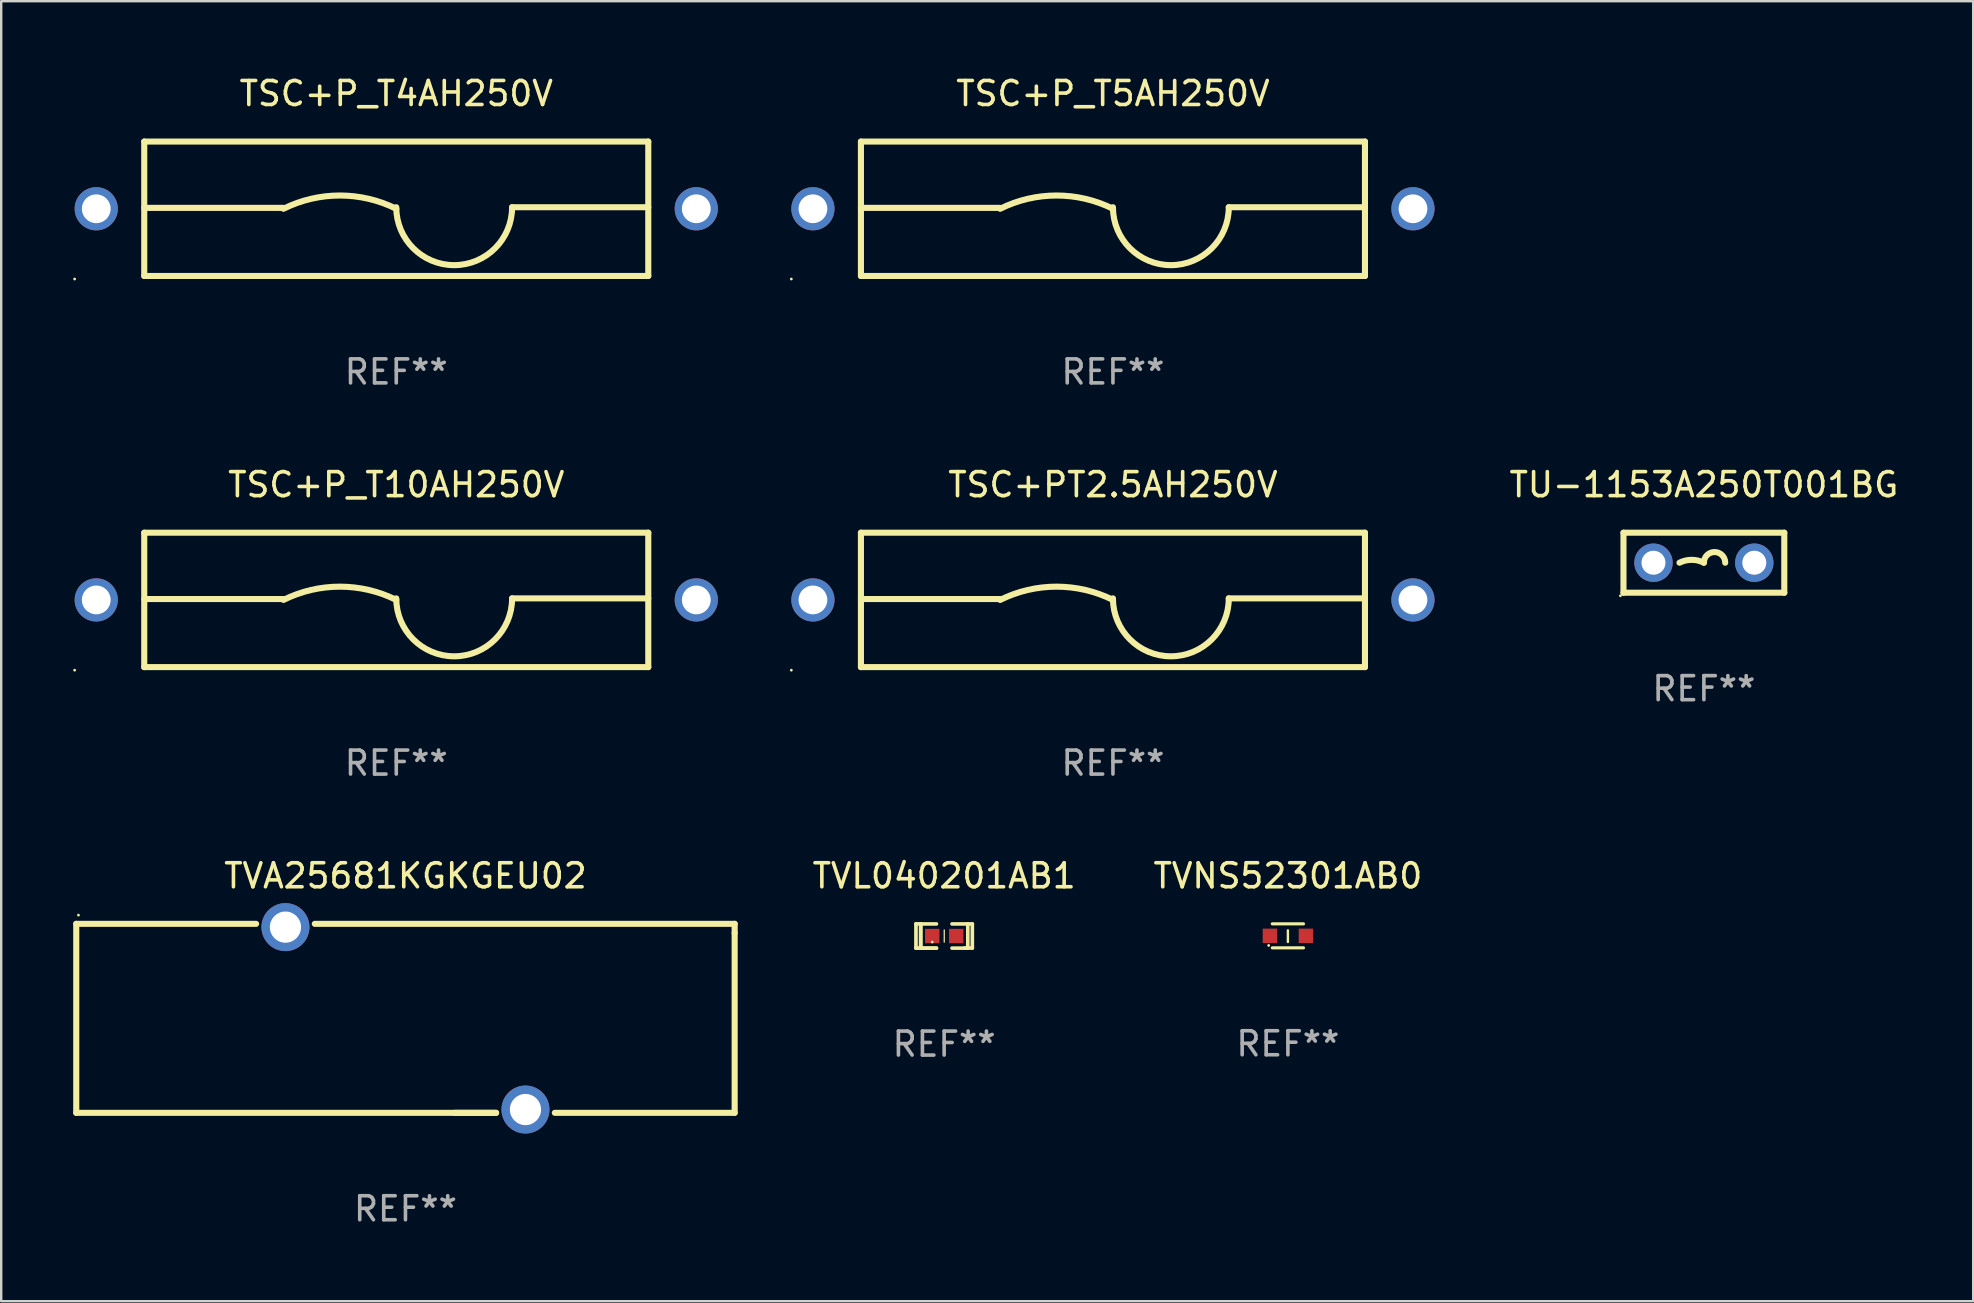
<source format=kicad_pcb>
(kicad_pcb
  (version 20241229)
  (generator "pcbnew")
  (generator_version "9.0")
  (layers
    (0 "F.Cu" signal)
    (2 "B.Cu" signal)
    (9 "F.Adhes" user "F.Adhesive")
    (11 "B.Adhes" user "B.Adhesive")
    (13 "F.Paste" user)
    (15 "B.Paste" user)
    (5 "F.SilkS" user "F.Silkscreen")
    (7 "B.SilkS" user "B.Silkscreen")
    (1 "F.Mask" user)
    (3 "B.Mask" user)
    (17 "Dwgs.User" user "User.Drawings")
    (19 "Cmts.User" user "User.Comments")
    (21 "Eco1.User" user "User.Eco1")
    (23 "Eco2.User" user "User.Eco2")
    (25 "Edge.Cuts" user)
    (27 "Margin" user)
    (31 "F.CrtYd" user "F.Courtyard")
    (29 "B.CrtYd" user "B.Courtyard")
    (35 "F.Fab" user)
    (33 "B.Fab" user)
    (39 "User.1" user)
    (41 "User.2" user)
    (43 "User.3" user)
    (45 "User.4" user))
  (footprint "TVA25681KGKGEU02"
    (layer "F.Cu")
    (at 13.843 39.378)
    (property "Reference" "TVA25681KGKGEU02" (at 0 -5.937 0) (layer "F.SilkS") (effects (font (size 1 1) (thickness 0.15))))
    (attr through_hole)
    (fp_line (start -13.716 -3.937) (end -6.223 -3.937) (stroke (width 0.254) (type solid)) (layer "F.SilkS"))
    (fp_line (start -13.716 3.937) (end -13.716 -3.937) (stroke (width 0.254) (type solid)) (layer "F.SilkS"))
    (fp_line (start -3.777 -3.937) (end 13.716 -3.937) (stroke (width 0.254) (type solid)) (layer "F.SilkS"))
    (fp_line (start 3.777 3.937) (end -13.716 3.937) (stroke (width 0.254) (type solid)) (layer "F.SilkS"))
    (fp_line (start 3.777 3.937) (end 2.046 3.937) (stroke (width 0.254) (type solid)) (layer "F.SilkS"))
    (fp_line (start 13.716 -3.937) (end 13.716 -3.556) (stroke (width 0.254) (type solid)) (layer "F.SilkS"))
    (fp_line (start 13.716 -3.556) (end 13.716 3.937) (stroke (width 0.254) (type solid)) (layer "F.SilkS"))
    (fp_line (start 13.716 3.937) (end 6.223 3.937) (stroke (width 0.254) (type solid)) (layer "F.SilkS"))
    (fp_circle (center -13.625 -4.3) (end -13.595 -4.3) (stroke (width 0.06) (type solid)) (fill no) (layer "F.SilkS"))
    (fp_text user "REF**" (at 0 7.937 0) (layer "F.Fab") (effects (font (size 1 1) (thickness 0.15))))
    (pad "1" thru_hole circle (at -5 -3.8) (size 2 2) (drill 1.3) (layers "*.Cu" "*.Mask"))
    (pad "2" thru_hole circle (at 5 3.8) (size 2 2) (drill 1.3) (layers "*.Cu" "*.Mask")))
  (footprint "TSC+PT2.5AH250V"
    (layer "F.Cu")
    (at 43.32 21.945)
    (property "Reference" "TSC+PT2.5AH250V" (at 0 -4.8 0) (layer "F.SilkS") (effects (font (size 1 1) (thickness 0.15))))
    (attr through_hole)
    (fp_line (start -10.5 -2.8) (end 10.5 -2.8) (stroke (width 0.254) (type solid)) (layer "F.SilkS"))
    (fp_line (start -10.5 -0.037) (end -4.699 -0.037) (stroke (width 0.254) (type solid)) (layer "F.SilkS"))
    (fp_line (start -10.5 2.8) (end -10.5 -2.8) (stroke (width 0.254) (type solid)) (layer "F.SilkS"))
    (fp_line (start -10.5 2.8) (end 10.5 2.8) (stroke (width 0.254) (type solid)) (layer "F.SilkS"))
    (fp_line (start 4.826 -0.064) (end 10.5 -0.064) (stroke (width 0.254) (type solid)) (layer "F.SilkS"))
    (fp_line (start 10.5 2.8) (end 10.5 -2.8) (stroke (width 0.254) (type solid)) (layer "F.SilkS"))
    (fp_arc (start -4.699009 0) (mid -2.349505 -0.552287) (end 0 0) (stroke (width 0.254001) (type solid)) (layer "F.SilkS"))
    (fp_arc (start 4.82601 -0.063551) (mid 2.413005 2.349454) (end 0 -0.063551) (stroke (width 0.254001) (type solid)) (layer "F.SilkS"))
    (fp_circle (center -13.4 2.927) (end -13.37 2.927) (stroke (width 0.06) (type solid)) (fill no) (layer "F.SilkS"))
    (fp_text user "REF**" (at 0 6.8 0) (layer "F.Fab") (effects (font (size 1 1) (thickness 0.15))))
    (pad "1" thru_hole circle (at -12.5 0) (size 1.8 1.8) (drill 1.2) (layers "*.Cu" "*.Mask"))
    (pad "2" thru_hole circle (at 12.5 0) (size 1.8 1.8) (drill 1.2) (layers "*.Cu" "*.Mask")))
  (footprint "TVL040201AB1"
    (layer "F.Cu")
    (at 36.287 35.947)
    (property "Reference" "TVL040201AB1" (at 0 -2.506 0) (layer "F.SilkS") (effects (font (size 1 1) (thickness 0.15))))
    (attr through_hole)
    (fp_line (start -1.174 -0.506) (end -0.977 -0.502) (stroke (width 0.152) (type solid)) (layer "F.SilkS"))
    (fp_line (start -1.174 0.506) (end -1.174 -0.506) (stroke (width 0.152) (type solid)) (layer "F.SilkS"))
    (fp_line (start -0.977 -0.502) (end -0.977 0.506) (stroke (width 0.152) (type solid)) (layer "F.SilkS"))
    (fp_line (start -0.977 -0.502) (end -0.977 0.506) (stroke (width 0.152) (type solid)) (layer "F.SilkS"))
    (fp_line (start -0.977 0.506) (end -1.166 0.506) (stroke (width 0.152) (type solid)) (layer "F.SilkS"))
    (fp_line (start -0.977 0.506) (end -0.32 0.506) (stroke (width 0.152) (type solid)) (layer "F.SilkS"))
    (fp_line (start -0.977 0.506) (end -0.32 0.506) (stroke (width 0.152) (type solid)) (layer "F.SilkS"))
    (fp_line (start -0.971 0.506) (end -1.174 0.506) (stroke (width 0.152) (type solid)) (layer "F.SilkS"))
    (fp_line (start -0.32 -0.502) (end -0.977 -0.502) (stroke (width 0.152) (type solid)) (layer "F.SilkS"))
    (fp_line (start 0.004 -0.252) (end 0.004 0.256) (stroke (width 0.051) (type solid)) (layer "F.SilkS"))
    (fp_line (start 0.328 0.506) (end 0.985 0.506) (stroke (width 0.152) (type solid)) (layer "F.SilkS"))
    (fp_line (start 0.985 -0.502) (end 0.328 -0.502) (stroke (width 0.152) (type solid)) (layer "F.SilkS"))
    (fp_line (start 0.985 -0.502) (end 1.174 -0.502) (stroke (width 0.152) (type solid)) (layer "F.SilkS"))
    (fp_line (start 0.985 0.506) (end 0.985 -0.502) (stroke (width 0.152) (type solid)) (layer "F.SilkS"))
    (fp_line (start 1.174 -0.502) (end 1.174 0.502) (stroke (width 0.152) (type solid)) (layer "F.SilkS"))
    (fp_line (start 1.174 0.502) (end 0.851 0.502) (stroke (width 0.152) (type solid)) (layer "F.SilkS"))
    (fp_circle (center -0.497 0.253) (end -0.467 0.253) (stroke (width 0.06) (type solid)) (fill no) (layer "F.SilkS"))
    (fp_text user "REF**" (at 0 4.506 0) (layer "F.Fab") (effects (font (size 1 1) (thickness 0.15))))
    (pad "1" smd rect (at -0.496 0.002) (size 0.6 0.6) (layers "F.Cu" "F.Mask" "F.Paste"))
    (pad "2" smd rect (at 0.504 0.002) (size 0.6 0.6) (layers "F.Cu" "F.Mask" "F.Paste")))
  (footprint "TSC+P_T10AH250V"
    (layer "F.Cu")
    (at 13.46 21.945)
    (property "Reference" "TSC+P_T10AH250V" (at 0 -4.8 0) (layer "F.SilkS") (effects (font (size 1 1) (thickness 0.15))))
    (attr through_hole)
    (fp_line (start -10.5 -2.8) (end 10.5 -2.8) (stroke (width 0.254) (type solid)) (layer "F.SilkS"))
    (fp_line (start -10.5 -0.037) (end -4.699 -0.037) (stroke (width 0.254) (type solid)) (layer "F.SilkS"))
    (fp_line (start -10.5 2.8) (end -10.5 -2.8) (stroke (width 0.254) (type solid)) (layer "F.SilkS"))
    (fp_line (start -10.5 2.8) (end 10.5 2.8) (stroke (width 0.254) (type solid)) (layer "F.SilkS"))
    (fp_line (start 4.826 -0.064) (end 10.5 -0.064) (stroke (width 0.254) (type solid)) (layer "F.SilkS"))
    (fp_line (start 10.5 2.8) (end 10.5 -2.8) (stroke (width 0.254) (type solid)) (layer "F.SilkS"))
    (fp_arc (start -4.699009 0) (mid -2.349505 -0.552287) (end 0 0) (stroke (width 0.254001) (type solid)) (layer "F.SilkS"))
    (fp_arc (start 4.82601 -0.063551) (mid 2.413005 2.349454) (end 0 -0.063551) (stroke (width 0.254001) (type solid)) (layer "F.SilkS"))
    (fp_circle (center -13.4 2.927) (end -13.37 2.927) (stroke (width 0.06) (type solid)) (fill no) (layer "F.SilkS"))
    (fp_text user "REF**" (at 0 6.8 0) (layer "F.Fab") (effects (font (size 1 1) (thickness 0.15))))
    (pad "1" thru_hole circle (at -12.5 0) (size 1.8 1.8) (drill 1.2) (layers "*.Cu" "*.Mask"))
    (pad "2" thru_hole circle (at 12.5 0) (size 1.8 1.8) (drill 1.2) (layers "*.Cu" "*.Mask")))
  (footprint "TSC+P_T4AH250V"
    (layer "F.Cu")
    (at 13.46 5.648)
    (property "Reference" "TSC+P_T4AH250V" (at 0 -4.8 0) (layer "F.SilkS") (effects (font (size 1 1) (thickness 0.15))))
    (attr through_hole)
    (fp_line (start -10.5 -2.8) (end 10.5 -2.8) (stroke (width 0.254) (type solid)) (layer "F.SilkS"))
    (fp_line (start -10.5 -0.037) (end -4.699 -0.037) (stroke (width 0.254) (type solid)) (layer "F.SilkS"))
    (fp_line (start -10.5 2.8) (end -10.5 -2.8) (stroke (width 0.254) (type solid)) (layer "F.SilkS"))
    (fp_line (start -10.5 2.8) (end 10.5 2.8) (stroke (width 0.254) (type solid)) (layer "F.SilkS"))
    (fp_line (start 4.826 -0.064) (end 10.5 -0.064) (stroke (width 0.254) (type solid)) (layer "F.SilkS"))
    (fp_line (start 10.5 2.8) (end 10.5 -2.8) (stroke (width 0.254) (type solid)) (layer "F.SilkS"))
    (fp_arc (start -4.699009 0) (mid -2.349505 -0.552287) (end 0 0) (stroke (width 0.254001) (type solid)) (layer "F.SilkS"))
    (fp_arc (start 4.82601 -0.063551) (mid 2.413005 2.349454) (end 0 -0.063551) (stroke (width 0.254001) (type solid)) (layer "F.SilkS"))
    (fp_circle (center -13.4 2.927) (end -13.37 2.927) (stroke (width 0.06) (type solid)) (fill no) (layer "F.SilkS"))
    (fp_text user "REF**" (at 0 6.8 0) (layer "F.Fab") (effects (font (size 1 1) (thickness 0.15))))
    (pad "1" thru_hole circle (at -12.5 0) (size 1.8 1.8) (drill 1.2) (layers "*.Cu" "*.Mask"))
    (pad "2" thru_hole circle (at 12.5 0) (size 1.8 1.8) (drill 1.2) (layers "*.Cu" "*.Mask")))
  (footprint "TVNS52301AB0"
    (layer "F.Cu")
    (at 50.609 35.941)
    (property "Reference" "TVNS52301AB0" (at 0 -2.5 0) (layer "F.SilkS") (effects (font (size 1 1) (thickness 0.15))))
    (attr through_hole)
    (fp_line (start -0.65 -0.5) (end 0.65 -0.5) (stroke (width 0.13) (type solid)) (layer "F.SilkS"))
    (fp_line (start -0.65 0.5) (end 0.65 0.5) (stroke (width 0.13) (type solid)) (layer "F.SilkS"))
    (fp_line (start 0 -0.229) (end 0 0.254) (stroke (width 0.1) (type solid)) (layer "F.SilkS"))
    (fp_circle (center -0.8 0.4) (end -0.77 0.4) (stroke (width 0.06) (type solid)) (fill no) (layer "F.SilkS"))
    (fp_text user "REF**" (at 0 4.5 0) (layer "F.Fab") (effects (font (size 1 1) (thickness 0.15))))
    (pad "1" smd rect (at -0.75 0) (size 0.6 0.6) (layers "F.Cu" "F.Mask" "F.Paste"))
    (pad "2" smd rect (at 0.75 0 180) (size 0.6 0.6) (layers "F.Cu" "F.Mask" "F.Paste")))
  (footprint "TSC+P_T5AH250V"
    (layer "F.Cu")
    (at 43.32 5.648)
    (property "Reference" "TSC+P_T5AH250V" (at 0 -4.8 0) (layer "F.SilkS") (effects (font (size 1 1) (thickness 0.15))))
    (attr through_hole)
    (fp_line (start -10.5 -2.8) (end 10.5 -2.8) (stroke (width 0.254) (type solid)) (layer "F.SilkS"))
    (fp_line (start -10.5 -0.037) (end -4.699 -0.037) (stroke (width 0.254) (type solid)) (layer "F.SilkS"))
    (fp_line (start -10.5 2.8) (end -10.5 -2.8) (stroke (width 0.254) (type solid)) (layer "F.SilkS"))
    (fp_line (start -10.5 2.8) (end 10.5 2.8) (stroke (width 0.254) (type solid)) (layer "F.SilkS"))
    (fp_line (start 4.826 -0.064) (end 10.5 -0.064) (stroke (width 0.254) (type solid)) (layer "F.SilkS"))
    (fp_line (start 10.5 2.8) (end 10.5 -2.8) (stroke (width 0.254) (type solid)) (layer "F.SilkS"))
    (fp_arc (start -4.699009 0) (mid -2.349505 -0.552287) (end 0 0) (stroke (width 0.254001) (type solid)) (layer "F.SilkS"))
    (fp_arc (start 4.82601 -0.063551) (mid 2.413005 2.349454) (end 0 -0.063551) (stroke (width 0.254001) (type solid)) (layer "F.SilkS"))
    (fp_circle (center -13.4 2.927) (end -13.37 2.927) (stroke (width 0.06) (type solid)) (fill no) (layer "F.SilkS"))
    (fp_text user "REF**" (at 0 6.8 0) (layer "F.Fab") (effects (font (size 1 1) (thickness 0.15))))
    (pad "1" thru_hole circle (at -12.5 0) (size 1.8 1.8) (drill 1.2) (layers "*.Cu" "*.Mask"))
    (pad "2" thru_hole circle (at 12.5 0) (size 1.8 1.8) (drill 1.2) (layers "*.Cu" "*.Mask")))
  (footprint "TU-1153A250T001BG"
    (layer "F.Cu")
    (at 67.941 20.395)
    (property "Reference" "TU-1153A250T001BG" (at 0 -3.25 0) (layer "F.SilkS") (effects (font (size 1 1) (thickness 0.15))))
    (attr through_hole)
    (fp_line (start -3.35 -1.25) (end -3.35 1.25) (stroke (width 0.254) (type solid)) (layer "F.SilkS"))
    (fp_line (start 3.35 -1.25) (end -3.35 -1.25) (stroke (width 0.254) (type solid)) (layer "F.SilkS"))
    (fp_line (start 3.35 -1.25) (end 3.35 1.25) (stroke (width 0.254) (type solid)) (layer "F.SilkS"))
    (fp_line (start 3.35 1.25) (end -3.35 1.25) (stroke (width 0.254) (type solid)) (layer "F.SilkS"))
    (fp_arc (start -1.016002 0) (mid -0.508001 -0.119923) (end 0 0) (stroke (width 0.254001) (type solid)) (layer "F.SilkS"))
    (fp_arc (start 0 0) (mid 0.444501 -0.444501) (end 0.889002 0) (stroke (width 0.254001) (type solid)) (layer "F.SilkS"))
    (fp_circle (center -3.477 1.377) (end -3.447 1.377) (stroke (width 0.06) (type solid)) (fill no) (layer "F.SilkS"))
    (fp_text user "REF**" (at 0 5.25 0) (layer "F.Fab") (effects (font (size 1 1) (thickness 0.15))))
    (pad "1" thru_hole circle (at -2.1 0) (size 1.6 1.6) (drill 1) (layers "*.Cu" "*.Mask"))
    (pad "2" thru_hole circle (at 2.1 0) (size 1.6 1.6) (drill 1) (layers "*.Cu" "*.Mask")))
  (gr_rect
    (start -3 -3)
    (end 79.161 51.164)
    (stroke (width 0.1) (type default))
    (fill no)
    (layer "Edge.Cuts")))
</source>
